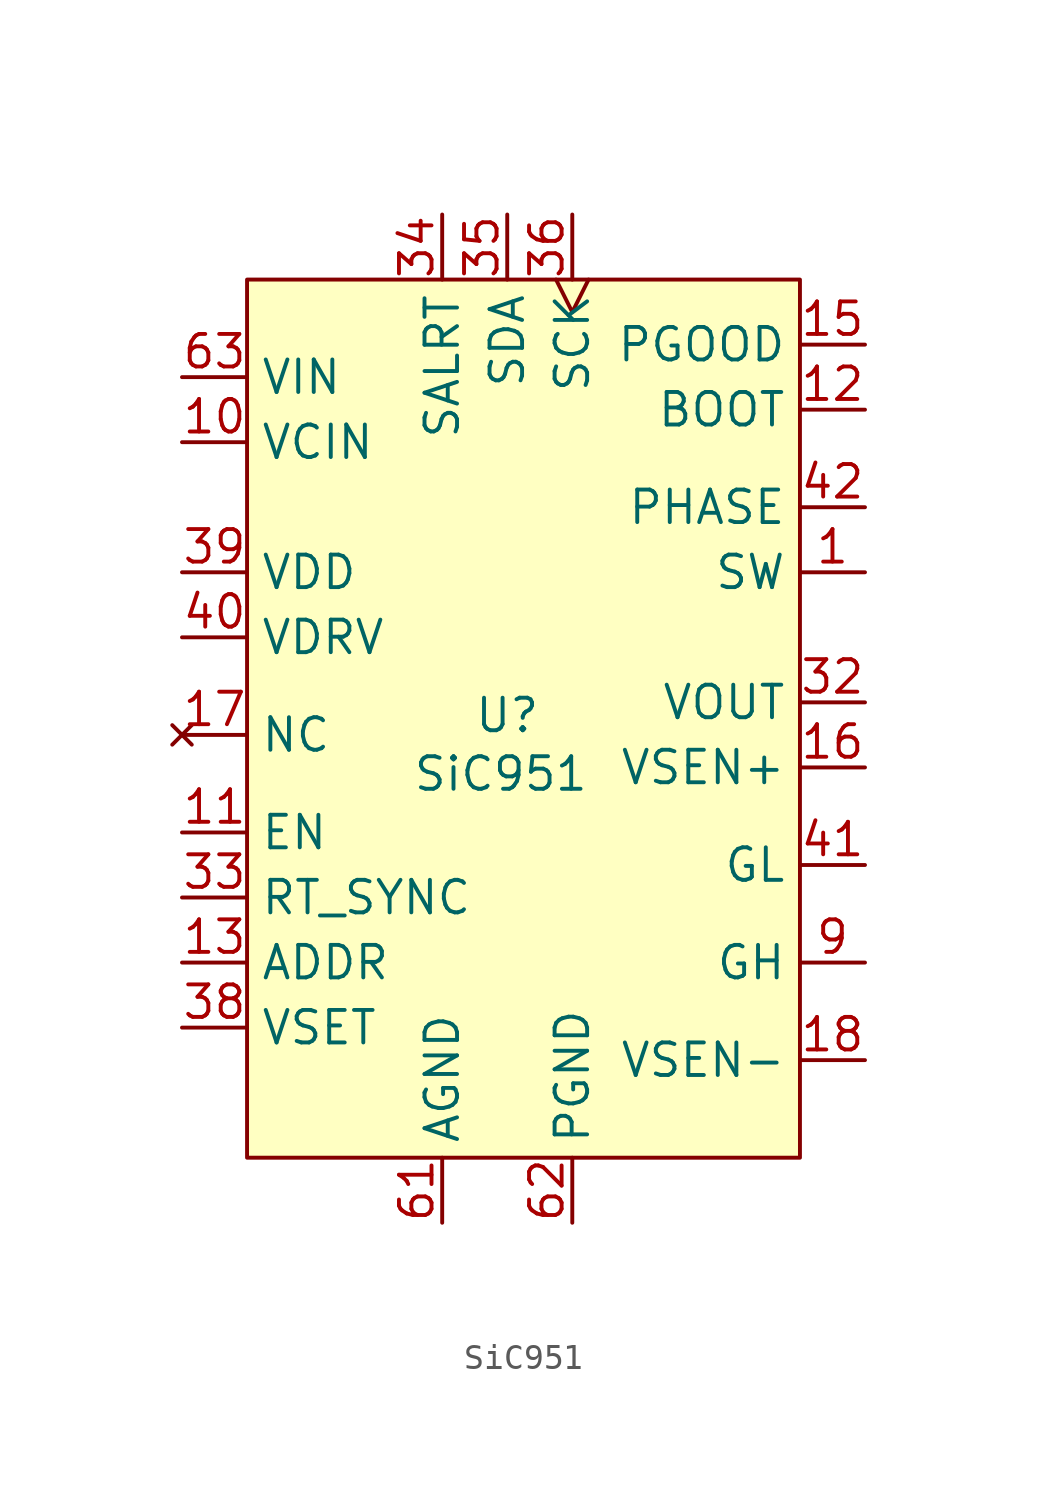
<source format=kicad_sym>
(kicad_symbol_lib
  (version 20231120)
  (generator "kicad_symbol_editor")
  (generator_version "8.0")
  (symbol "SiC951"
    (property "Reference" "U"
      (at 0 0.762 0)
      (effects (font (size 1.27 1.27))))
    (property "Value" "SiC951"
      (at -0.254 -1.524 0)
      (effects (font (size 1.27 1.27))))
    (symbol "SiC951_1_1"
      (rectangle (start -10.16 17.78) (end 11.43 -16.51) (stroke (width 0) (type default)) (fill (type background)))
      (pin output line (at 13.97 6.35 180) (length 2.54) (name "SW" (effects (font (size 1.27 1.27)))) (number "1" (effects (font (size 1.27 1.27)))))
      (pin power_in line (at -12.7 11.43 0) (length 2.54) (name "VCIN" (effects (font (size 1.27 1.27)))) (number "10" (effects (font (size 1.27 1.27)))))
      (pin input line (at -12.7 -3.81 0) (length 2.54) (name "EN" (effects (font (size 1.27 1.27)))) (number "11" (effects (font (size 1.27 1.27)))))
      (pin input line (at 13.97 12.7 180) (length 2.54) (name "BOOT" (effects (font (size 1.27 1.27)))) (number "12" (effects (font (size 1.27 1.27)))))
      (pin input line (at -12.7 -8.89 0) (length 2.54) (name "ADDR" (effects (font (size 1.27 1.27)))) (number "13" (effects (font (size 1.27 1.27)))))
      (pin open_collector line (at 13.97 15.24 180) (length 2.54) (name "PGOOD" (effects (font (size 1.27 1.27)))) (number "15" (effects (font (size 1.27 1.27)))))
      (pin power_in line (at 13.97 -1.27 180) (length 2.54) (name "VSEN+" (effects (font (size 1.27 1.27)))) (number "16" (effects (font (size 1.27 1.27)))))
      (pin no_connect line (at -12.7 0 0) (length 2.54) (name "NC" (effects (font (size 1.27 1.27)))) (number "17" (effects (font (size 1.27 1.27)))))
      (pin power_in line (at 13.97 -12.7 180) (length 2.54) (name "VSEN-" (effects (font (size 1.27 1.27)))) (number "18" (effects (font (size 1.27 1.27)))))
      (pin power_out line (at 13.97 1.27 180) (length 2.54) (name "VOUT" (effects (font (size 1.27 1.27)))) (number "32" (effects (font (size 1.27 1.27)))))
      (pin input line (at -12.7 -6.35 0) (length 2.54) (name "RT_SYNC" (effects (font (size 1.27 1.27)))) (number "33" (effects (font (size 1.27 1.27)))))
      (pin open_collector line (at -2.54 20.32 270) (length 2.54) (name "SALRT" (effects (font (size 1.27 1.27)))) (number "34" (effects (font (size 1.27 1.27)))))
      (pin open_collector line (at 0 20.32 270) (length 2.54) (name "SDA" (effects (font (size 1.27 1.27)))) (number "35" (effects (font (size 1.27 1.27)))))
      (pin open_collector clock (at 2.54 20.32 270) (length 2.54) (name "SCK" (effects (font (size 1.27 1.27)))) (number "36" (effects (font (size 1.27 1.27)))))
      (pin input line (at -12.7 -11.43 0) (length 2.54) (name "VSET" (effects (font (size 1.27 1.27)))) (number "38" (effects (font (size 1.27 1.27)))))
      (pin power_out line (at -12.7 6.35 0) (length 2.54) (name "VDD" (effects (font (size 1.27 1.27)))) (number "39" (effects (font (size 1.27 1.27)))))
      (pin power_out line (at -12.7 3.81 0) (length 2.54) (name "VDRV" (effects (font (size 1.27 1.27)))) (number "40" (effects (font (size 1.27 1.27)))) (alternate "PVCC" power_out line))
      (pin output line (at 13.97 -5.08 180) (length 2.54) (name "GL" (effects (font (size 1.27 1.27)))) (number "41" (effects (font (size 1.27 1.27)))))
      (pin output line (at 13.97 8.89 180) (length 2.54) (name "PHASE" (effects (font (size 1.27 1.27)))) (number "42" (effects (font (size 1.27 1.27)))))
      (pin power_in line (at -2.54 -19.05 90) (length 2.54) (name "AGND" (effects (font (size 1.27 1.27)))) (number "61" (effects (font (size 1.27 1.27)))))
      (pin power_in line (at 2.54 -19.05 90) (length 2.54) (name "PGND" (effects (font (size 1.27 1.27)))) (number "62" (effects (font (size 1.27 1.27)))))
      (pin power_in line (at -12.7 13.97 0) (length 2.54) (name "VIN" (effects (font (size 1.27 1.27)))) (number "63" (effects (font (size 1.27 1.27)))))
      (pin output line (at 13.97 -8.89 180) (length 2.54) (name "GH" (effects (font (size 1.27 1.27)))) (number "9" (effects (font (size 1.27 1.27))))))))
</source>
